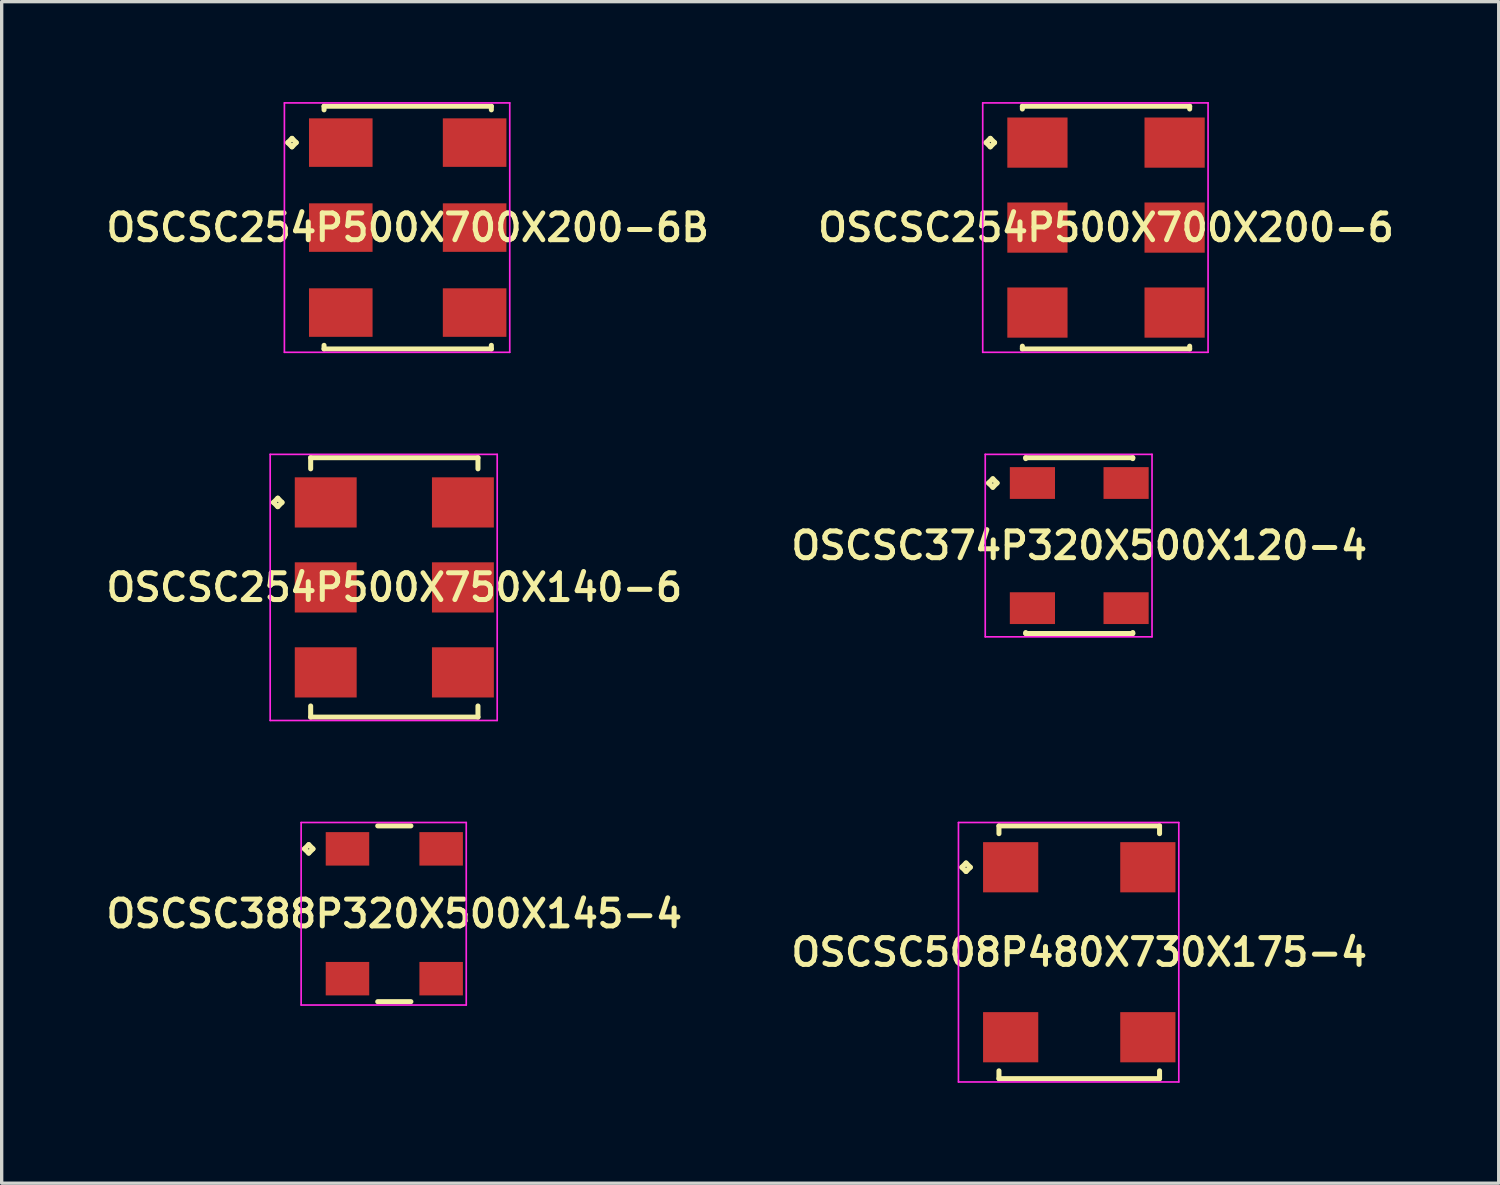
<source format=kicad_pcb>
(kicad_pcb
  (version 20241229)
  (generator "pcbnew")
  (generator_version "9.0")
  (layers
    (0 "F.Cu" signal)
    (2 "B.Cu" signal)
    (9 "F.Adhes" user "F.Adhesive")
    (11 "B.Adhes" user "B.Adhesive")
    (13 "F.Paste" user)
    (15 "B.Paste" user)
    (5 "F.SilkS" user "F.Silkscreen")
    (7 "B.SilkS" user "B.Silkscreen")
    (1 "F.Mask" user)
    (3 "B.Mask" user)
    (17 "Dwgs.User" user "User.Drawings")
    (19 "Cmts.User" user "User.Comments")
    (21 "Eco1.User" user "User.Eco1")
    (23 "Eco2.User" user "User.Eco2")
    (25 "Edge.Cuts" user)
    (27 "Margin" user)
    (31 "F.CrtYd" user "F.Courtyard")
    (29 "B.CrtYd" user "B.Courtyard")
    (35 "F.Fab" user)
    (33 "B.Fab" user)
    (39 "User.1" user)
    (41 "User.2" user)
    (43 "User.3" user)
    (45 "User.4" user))
  (footprint "OSCSC254P500X750X140-6"
    (layer "F.Cu")
    (at 8.735 14.506)
    (property "Reference" "OSCSC254P500X750X140-6" (at 0 0 0) (layer "F.SilkS") (effects (font (size 0.8 0.8) (thickness 0.15))))
    (attr smd)
    (fp_line (start -3.61 -2.54) (end -3.483 -2.667) (stroke (width 0.15) (type solid)) (layer "F.SilkS"))
    (fp_line (start -3.483 -2.667) (end -3.356 -2.54) (stroke (width 0.15) (type solid)) (layer "F.SilkS"))
    (fp_line (start -3.483 -2.413) (end -3.61 -2.54) (stroke (width 0.15) (type solid)) (layer "F.SilkS"))
    (fp_line (start -3.356 -2.54) (end -3.483 -2.413) (stroke (width 0.15) (type solid)) (layer "F.SilkS"))
    (fp_line (start -2.5 -3.877) (end 2.5 -3.877) (stroke (width 0.15) (type solid)) (layer "F.SilkS"))
    (fp_line (start -2.5 -3.544) (end -2.5 -3.877) (stroke (width 0.15) (type solid)) (layer "F.SilkS"))
    (fp_line (start -2.5 3.544) (end -2.5 3.877) (stroke (width 0.15) (type solid)) (layer "F.SilkS"))
    (fp_line (start -2.5 3.877) (end 2.5 3.877) (stroke (width 0.15) (type solid)) (layer "F.SilkS"))
    (fp_line (start 2.5 -3.877) (end 2.5 -3.544) (stroke (width 0.15) (type solid)) (layer "F.SilkS"))
    (fp_line (start 2.5 3.877) (end 2.5 3.544) (stroke (width 0.15) (type solid)) (layer "F.SilkS"))
    (fp_line (start -3.71 -3.977) (end 3.075 -3.977) (stroke (width 0.05) (type solid)) (layer "F.CrtYd"))
    (fp_line (start -3.71 3.977) (end -3.71 -3.977) (stroke (width 0.05) (type solid)) (layer "F.CrtYd"))
    (fp_line (start 3.075 -3.977) (end 3.075 3.977) (stroke (width 0.05) (type solid)) (layer "F.CrtYd"))
    (fp_line (start 3.075 3.977) (end -3.71 3.977) (stroke (width 0.05) (type solid)) (layer "F.CrtYd"))
    (pad "1" smd rect (at -2.05 -2.54) (size 1.85 1.5) (layers "F.Cu" "F.Mask" "F.Paste"))
    (pad "2" smd rect (at -2.05 0) (size 1.85 1.5) (layers "F.Cu" "F.Mask" "F.Paste"))
    (pad "3" smd rect (at -2.05 2.54) (size 1.85 1.5) (layers "F.Cu" "F.Mask" "F.Paste"))
    (pad "4" smd rect (at 2.05 2.54) (size 1.85 1.5) (layers "F.Cu" "F.Mask" "F.Paste"))
    (pad "5" smd rect (at 2.05 0) (size 1.85 1.5) (layers "F.Cu" "F.Mask" "F.Paste"))
    (pad "6" smd rect (at 2.05 -2.54) (size 1.85 1.5) (layers "F.Cu" "F.Mask" "F.Paste")))
  (footprint "OSCSC508P480X730X175-4"
    (layer "F.Cu")
    (at 29.206 25.41)
    (property "Reference" "OSCSC508P480X730X175-4" (at 0 0 0) (layer "F.SilkS") (effects (font (size 0.8 0.8) (thickness 0.15))))
    (attr smd)
    (fp_line (start -3.51 -2.54) (end -3.383 -2.667) (stroke (width 0.15) (type solid)) (layer "F.SilkS"))
    (fp_line (start -3.383 -2.667) (end -3.256 -2.54) (stroke (width 0.15) (type solid)) (layer "F.SilkS"))
    (fp_line (start -3.383 -2.413) (end -3.51 -2.54) (stroke (width 0.15) (type solid)) (layer "F.SilkS"))
    (fp_line (start -3.256 -2.54) (end -3.383 -2.413) (stroke (width 0.15) (type solid)) (layer "F.SilkS"))
    (fp_line (start -2.4 -3.777) (end 2.4 -3.777) (stroke (width 0.15) (type solid)) (layer "F.SilkS"))
    (fp_line (start -2.4 -3.544) (end -2.4 -3.777) (stroke (width 0.15) (type solid)) (layer "F.SilkS"))
    (fp_line (start -2.4 3.544) (end -2.4 3.777) (stroke (width 0.15) (type solid)) (layer "F.SilkS"))
    (fp_line (start -2.4 3.777) (end 2.4 3.777) (stroke (width 0.15) (type solid)) (layer "F.SilkS"))
    (fp_line (start 2.4 -3.777) (end 2.4 -3.544) (stroke (width 0.15) (type solid)) (layer "F.SilkS"))
    (fp_line (start 2.4 3.777) (end 2.4 3.544) (stroke (width 0.15) (type solid)) (layer "F.SilkS"))
    (fp_line (start -3.61 -3.877) (end 2.975 -3.877) (stroke (width 0.05) (type solid)) (layer "F.CrtYd"))
    (fp_line (start -3.61 3.877) (end -3.61 -3.877) (stroke (width 0.05) (type solid)) (layer "F.CrtYd"))
    (fp_line (start 2.975 -3.877) (end 2.975 3.877) (stroke (width 0.05) (type solid)) (layer "F.CrtYd"))
    (fp_line (start 2.975 3.877) (end -3.61 3.877) (stroke (width 0.05) (type solid)) (layer "F.CrtYd"))
    (pad "1" smd rect (at -2.05 -2.54) (size 1.65 1.5) (layers "F.Cu" "F.Mask" "F.Paste"))
    (pad "2" smd rect (at -2.05 2.54) (size 1.65 1.5) (layers "F.Cu" "F.Mask" "F.Paste"))
    (pad "3" smd rect (at 2.05 2.54) (size 1.65 1.5) (layers "F.Cu" "F.Mask" "F.Paste"))
    (pad "4" smd rect (at 2.05 -2.54) (size 1.65 1.5) (layers "F.Cu" "F.Mask" "F.Paste")))
  (footprint "OSCSC254P500X700X200-6"
    (layer "F.Cu")
    (at 30.006 3.752)
    (property "Reference" "OSCSC254P500X700X200-6" (at 0 0 0) (layer "F.SilkS") (effects (font (size 0.8 0.8) (thickness 0.15))))
    (attr smd)
    (fp_line (start -3.585 -2.54) (end -3.458 -2.667) (stroke (width 0.15) (type solid)) (layer "F.SilkS"))
    (fp_line (start -3.458 -2.667) (end -3.331 -2.54) (stroke (width 0.15) (type solid)) (layer "F.SilkS"))
    (fp_line (start -3.458 -2.413) (end -3.585 -2.54) (stroke (width 0.15) (type solid)) (layer "F.SilkS"))
    (fp_line (start -3.331 -2.54) (end -3.458 -2.413) (stroke (width 0.15) (type solid)) (layer "F.SilkS"))
    (fp_line (start -2.5 -3.627) (end 2.5 -3.627) (stroke (width 0.15) (type solid)) (layer "F.SilkS"))
    (fp_line (start -2.5 -3.544) (end -2.5 -3.627) (stroke (width 0.15) (type solid)) (layer "F.SilkS"))
    (fp_line (start -2.5 3.544) (end -2.5 3.627) (stroke (width 0.15) (type solid)) (layer "F.SilkS"))
    (fp_line (start -2.5 3.627) (end 2.5 3.627) (stroke (width 0.15) (type solid)) (layer "F.SilkS"))
    (fp_line (start 2.5 -3.627) (end 2.5 -3.544) (stroke (width 0.15) (type solid)) (layer "F.SilkS"))
    (fp_line (start 2.5 3.627) (end 2.5 3.544) (stroke (width 0.15) (type solid)) (layer "F.SilkS"))
    (fp_line (start -3.685 -3.727) (end 3.05 -3.727) (stroke (width 0.05) (type solid)) (layer "F.CrtYd"))
    (fp_line (start -3.685 3.727) (end -3.685 -3.727) (stroke (width 0.05) (type solid)) (layer "F.CrtYd"))
    (fp_line (start 3.05 -3.727) (end 3.05 3.727) (stroke (width 0.05) (type solid)) (layer "F.CrtYd"))
    (fp_line (start 3.05 3.727) (end -3.685 3.727) (stroke (width 0.05) (type solid)) (layer "F.CrtYd"))
    (pad "1" smd rect (at -2.05 -2.54) (size 1.8 1.5) (layers "F.Cu" "F.Mask" "F.Paste"))
    (pad "2" smd rect (at -2.05 0) (size 1.8 1.5) (layers "F.Cu" "F.Mask" "F.Paste"))
    (pad "3" smd rect (at -2.05 2.54) (size 1.8 1.5) (layers "F.Cu" "F.Mask" "F.Paste"))
    (pad "4" smd rect (at 2.05 2.54) (size 1.8 1.5) (layers "F.Cu" "F.Mask" "F.Paste"))
    (pad "5" smd rect (at 2.05 0) (size 1.8 1.5) (layers "F.Cu" "F.Mask" "F.Paste"))
    (pad "6" smd rect (at 2.05 -2.54) (size 1.8 1.5) (layers "F.Cu" "F.Mask" "F.Paste")))
  (footprint "OSCSC254P500X700X200-6B"
    (layer "F.Cu")
    (at 9.135 3.752)
    (property "Reference" "OSCSC254P500X700X200-6B" (at 0 0 0) (layer "F.SilkS") (effects (font (size 0.8 0.8) (thickness 0.15))))
    (attr smd)
    (fp_line (start -3.585 -2.54) (end -3.458 -2.667) (stroke (width 0.15) (type solid)) (layer "F.SilkS"))
    (fp_line (start -3.458 -2.667) (end -3.331 -2.54) (stroke (width 0.15) (type solid)) (layer "F.SilkS"))
    (fp_line (start -3.458 -2.413) (end -3.585 -2.54) (stroke (width 0.15) (type solid)) (layer "F.SilkS"))
    (fp_line (start -3.331 -2.54) (end -3.458 -2.413) (stroke (width 0.15) (type solid)) (layer "F.SilkS"))
    (fp_line (start -2.5 -3.627) (end 2.5 -3.627) (stroke (width 0.15) (type solid)) (layer "F.SilkS"))
    (fp_line (start -2.5 -3.519) (end -2.5 -3.627) (stroke (width 0.15) (type solid)) (layer "F.SilkS"))
    (fp_line (start -2.5 3.519) (end -2.5 3.627) (stroke (width 0.15) (type solid)) (layer "F.SilkS"))
    (fp_line (start -2.5 3.627) (end 2.5 3.627) (stroke (width 0.15) (type solid)) (layer "F.SilkS"))
    (fp_line (start 2.5 -3.627) (end 2.5 -3.519) (stroke (width 0.15) (type solid)) (layer "F.SilkS"))
    (fp_line (start 2.5 3.627) (end 2.5 3.519) (stroke (width 0.15) (type solid)) (layer "F.SilkS"))
    (fp_line (start -3.685 -3.727) (end 3.05 -3.727) (stroke (width 0.05) (type solid)) (layer "F.CrtYd"))
    (fp_line (start -3.685 3.727) (end -3.685 -3.727) (stroke (width 0.05) (type solid)) (layer "F.CrtYd"))
    (fp_line (start 3.05 -3.727) (end 3.05 3.727) (stroke (width 0.05) (type solid)) (layer "F.CrtYd"))
    (fp_line (start 3.05 3.727) (end -3.685 3.727) (stroke (width 0.05) (type solid)) (layer "F.CrtYd"))
    (pad "1" smd rect (at -2 -2.54) (size 1.9 1.45) (layers "F.Cu" "F.Mask" "F.Paste"))
    (pad "2" smd rect (at -2 0) (size 1.9 1.45) (layers "F.Cu" "F.Mask" "F.Paste"))
    (pad "3" smd rect (at -2 2.54) (size 1.9 1.45) (layers "F.Cu" "F.Mask" "F.Paste"))
    (pad "4" smd rect (at 2 2.54) (size 1.9 1.45) (layers "F.Cu" "F.Mask" "F.Paste"))
    (pad "5" smd rect (at 2 0) (size 1.9 1.45) (layers "F.Cu" "F.Mask" "F.Paste"))
    (pad "6" smd rect (at 2 -2.54) (size 1.9 1.45) (layers "F.Cu" "F.Mask" "F.Paste")))
  (footprint "OSCSC388P320X500X145-4"
    (layer "F.Cu")
    (at 8.735 24.26)
    (property "Reference" "OSCSC388P320X500X145-4" (at 0 0 0) (layer "F.SilkS") (effects (font (size 0.8 0.8) (thickness 0.15))))
    (attr smd)
    (fp_line (start -2.685 -1.94) (end -2.558 -2.067) (stroke (width 0.15) (type solid)) (layer "F.SilkS"))
    (fp_line (start -2.558 -2.067) (end -2.431 -1.94) (stroke (width 0.15) (type solid)) (layer "F.SilkS"))
    (fp_line (start -2.558 -1.813) (end -2.685 -1.94) (stroke (width 0.15) (type solid)) (layer "F.SilkS"))
    (fp_line (start -2.431 -1.94) (end -2.558 -1.813) (stroke (width 0.15) (type solid)) (layer "F.SilkS"))
    (fp_line (start -0.496 -2.627) (end 0.496 -2.627) (stroke (width 0.15) (type solid)) (layer "F.SilkS"))
    (fp_line (start -0.496 2.627) (end 0.496 2.627) (stroke (width 0.15) (type solid)) (layer "F.SilkS"))
    (fp_line (start -2.785 -2.727) (end 2.15 -2.727) (stroke (width 0.05) (type solid)) (layer "F.CrtYd"))
    (fp_line (start -2.785 2.727) (end -2.785 -2.727) (stroke (width 0.05) (type solid)) (layer "F.CrtYd"))
    (fp_line (start 2.15 -2.727) (end 2.15 2.727) (stroke (width 0.05) (type solid)) (layer "F.CrtYd"))
    (fp_line (start 2.15 2.727) (end -2.785 2.727) (stroke (width 0.05) (type solid)) (layer "F.CrtYd"))
    (pad "1" smd rect (at -1.4 -1.94) (size 1.3 1) (layers "F.Cu" "F.Mask" "F.Paste"))
    (pad "2" smd rect (at -1.4 1.94) (size 1.3 1) (layers "F.Cu" "F.Mask" "F.Paste"))
    (pad "3" smd rect (at 1.4 1.94) (size 1.3 1) (layers "F.Cu" "F.Mask" "F.Paste"))
    (pad "4" smd rect (at 1.4 -1.94) (size 1.3 1) (layers "F.Cu" "F.Mask" "F.Paste")))
  (footprint "OSCSC374P320X500X120-4"
    (layer "F.Cu")
    (at 29.206 13.256)
    (property "Reference" "OSCSC374P320X500X120-4" (at 0 0 0) (layer "F.SilkS") (effects (font (size 0.8 0.8) (thickness 0.15))))
    (attr smd)
    (fp_line (start -2.71 -1.87) (end -2.583 -1.997) (stroke (width 0.15) (type solid)) (layer "F.SilkS"))
    (fp_line (start -2.583 -1.997) (end -2.456 -1.87) (stroke (width 0.15) (type solid)) (layer "F.SilkS"))
    (fp_line (start -2.583 -1.743) (end -2.71 -1.87) (stroke (width 0.15) (type solid)) (layer "F.SilkS"))
    (fp_line (start -2.456 -1.87) (end -2.583 -1.743) (stroke (width 0.15) (type solid)) (layer "F.SilkS"))
    (fp_line (start -1.6 -2.627) (end 1.6 -2.627) (stroke (width 0.15) (type solid)) (layer "F.SilkS"))
    (fp_line (start -1.6 -2.599) (end -1.6 -2.627) (stroke (width 0.15) (type solid)) (layer "F.SilkS"))
    (fp_line (start -1.6 2.599) (end -1.6 2.627) (stroke (width 0.15) (type solid)) (layer "F.SilkS"))
    (fp_line (start -1.6 2.627) (end 1.6 2.627) (stroke (width 0.15) (type solid)) (layer "F.SilkS"))
    (fp_line (start 1.6 -2.627) (end 1.6 -2.599) (stroke (width 0.15) (type solid)) (layer "F.SilkS"))
    (fp_line (start 1.6 2.627) (end 1.6 2.599) (stroke (width 0.15) (type solid)) (layer "F.SilkS"))
    (fp_line (start -2.81 -2.727) (end 2.175 -2.727) (stroke (width 0.05) (type solid)) (layer "F.CrtYd"))
    (fp_line (start -2.81 2.727) (end -2.81 -2.727) (stroke (width 0.05) (type solid)) (layer "F.CrtYd"))
    (fp_line (start 2.175 -2.727) (end 2.175 2.727) (stroke (width 0.05) (type solid)) (layer "F.CrtYd"))
    (fp_line (start 2.175 2.727) (end -2.81 2.727) (stroke (width 0.05) (type solid)) (layer "F.CrtYd"))
    (pad "1" smd rect (at -1.4 -1.87) (size 1.35 0.95) (layers "F.Cu" "F.Mask" "F.Paste"))
    (pad "2" smd rect (at -1.4 1.87) (size 1.35 0.95) (layers "F.Cu" "F.Mask" "F.Paste"))
    (pad "3" smd rect (at 1.4 1.87) (size 1.35 0.95) (layers "F.Cu" "F.Mask" "F.Paste"))
    (pad "4" smd rect (at 1.4 -1.87) (size 1.35 0.95) (layers "F.Cu" "F.Mask" "F.Paste")))
  (gr_rect
    (start -3 -3)
    (end 41.742 32.312)
    (stroke (width 0.1) (type default))
    (fill no)
    (layer "Edge.Cuts")))
</source>
